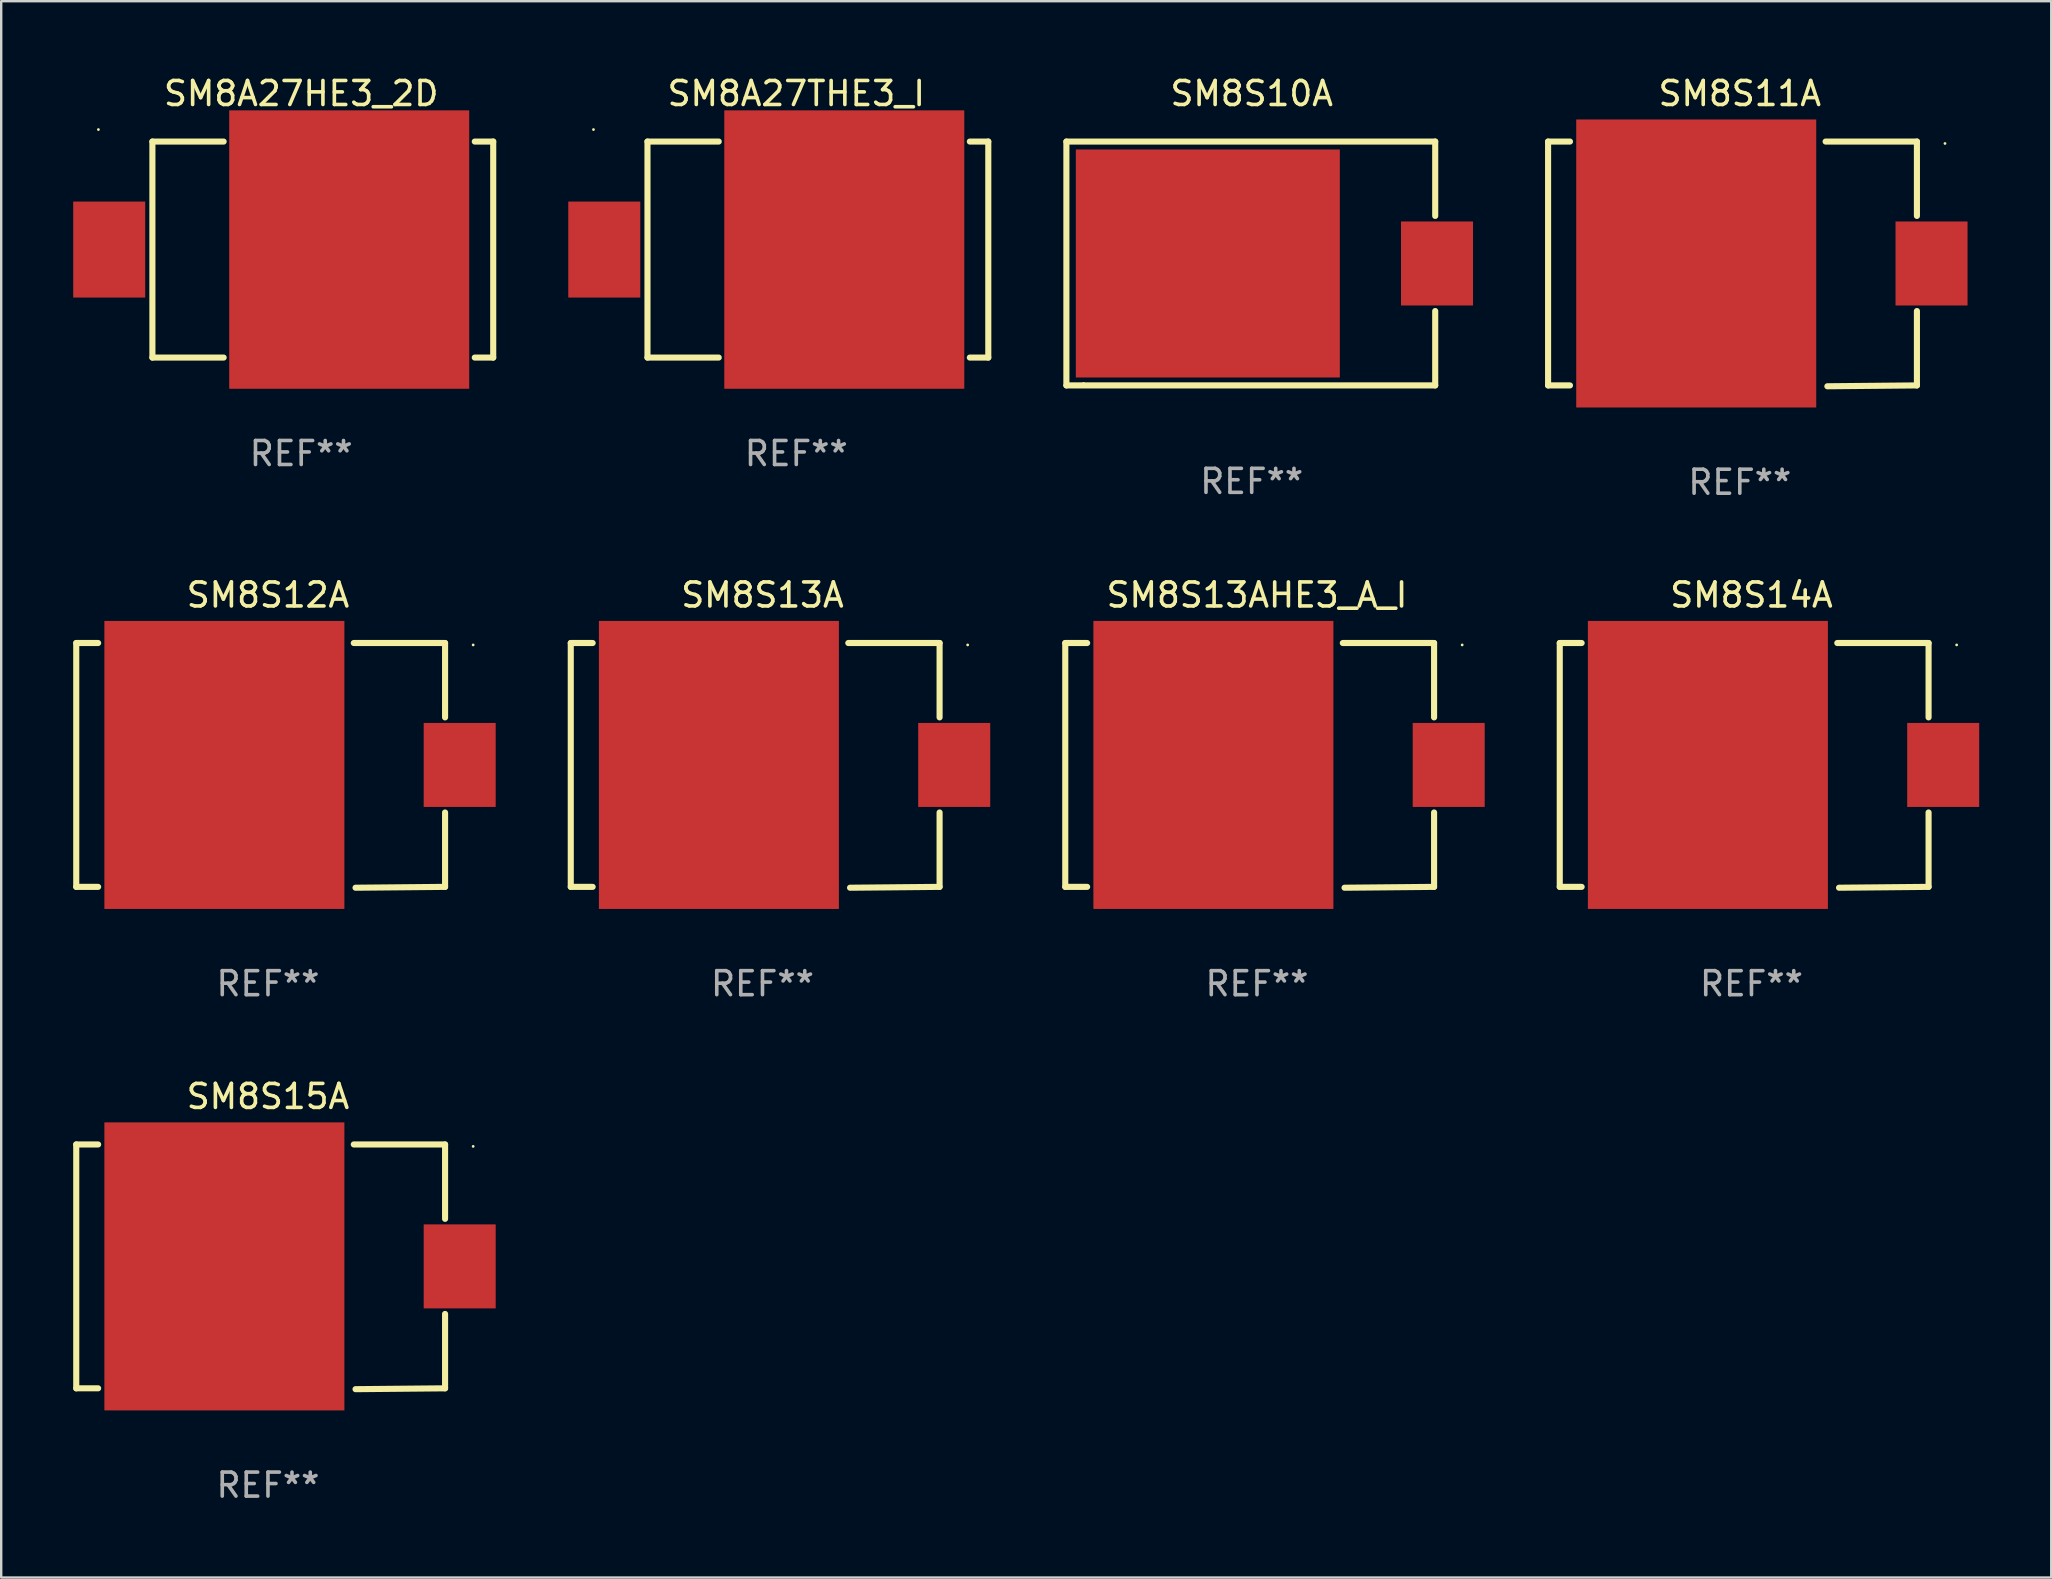
<source format=kicad_pcb>
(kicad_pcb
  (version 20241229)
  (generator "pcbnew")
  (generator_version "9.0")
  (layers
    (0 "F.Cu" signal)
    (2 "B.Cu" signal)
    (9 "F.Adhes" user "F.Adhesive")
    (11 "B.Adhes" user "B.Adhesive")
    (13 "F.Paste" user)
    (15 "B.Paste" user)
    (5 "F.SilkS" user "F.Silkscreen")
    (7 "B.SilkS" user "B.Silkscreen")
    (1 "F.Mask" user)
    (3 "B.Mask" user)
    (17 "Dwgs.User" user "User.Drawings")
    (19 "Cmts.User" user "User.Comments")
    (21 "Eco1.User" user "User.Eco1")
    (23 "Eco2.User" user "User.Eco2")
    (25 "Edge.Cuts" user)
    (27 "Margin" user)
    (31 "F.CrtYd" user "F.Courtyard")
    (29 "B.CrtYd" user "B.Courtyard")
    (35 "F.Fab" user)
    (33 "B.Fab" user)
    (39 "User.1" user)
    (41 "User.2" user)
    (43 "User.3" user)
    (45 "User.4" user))
  (footprint "SM8S10A"
    (layer "F.Cu")
    (at 49.102 7.928)
    (property "Reference" "SM8S10A" (at 0 -7.08 0) (layer "F.SilkS") (effects (font (size 1 1) (thickness 0.15))))
    (attr through_hole)
    (fp_line (start -7.721 -5.08) (end 7.646 -5.08) (stroke (width 0.254) (type solid)) (layer "F.SilkS"))
    (fp_line (start -7.721 5.08) (end -7.721 -5.08) (stroke (width 0.254) (type solid)) (layer "F.SilkS"))
    (fp_line (start 7.646 -5.08) (end 7.646 -1.981) (stroke (width 0.254) (type solid)) (layer "F.SilkS"))
    (fp_line (start 7.646 1.981) (end 7.646 5.08) (stroke (width 0.254) (type solid)) (layer "F.SilkS"))
    (fp_line (start 7.646 5.08) (end -7.721 5.08) (stroke (width 0.254) (type solid)) (layer "F.SilkS"))
    (fp_circle (center -7.003 5) (end -6.973 5) (stroke (width 0.06) (type solid)) (fill no) (layer "F.SilkS"))
    (fp_text user "REF**" (at 0 9.08 0) (layer "F.Fab") (effects (font (size 1 1) (thickness 0.15))))
    (pad "1" smd rect (at -1.828 0) (size 11 9.5) (layers "F.Cu" "F.Mask" "F.Paste"))
    (pad "2" smd rect (at 7.721 0 90) (size 3.5 3) (layers "F.Cu" "F.Mask" "F.Paste")))
  (footprint "SM8S15A"
    (layer "F.Cu")
    (at 8.115 49.732)
    (property "Reference" "SM8S15A" (at 0 -7.098 0) (layer "F.SilkS") (effects (font (size 1 1) (thickness 0.15))))
    (attr through_hole)
    (fp_line (start -7.988 -5.098) (end -7.076 -5.098) (stroke (width 0.254) (type solid)) (layer "F.SilkS"))
    (fp_line (start -7.988 5.062) (end -7.988 -5.098) (stroke (width 0.254) (type solid)) (layer "F.SilkS"))
    (fp_line (start -7.076 5.062) (end -7.988 5.062) (stroke (width 0.254) (type solid)) (layer "F.SilkS"))
    (fp_line (start 3.575 -5.098) (end 7.379 -5.098) (stroke (width 0.254) (type solid)) (layer "F.SilkS"))
    (fp_line (start 7.379 -5.098) (end 7.379 -1.999) (stroke (width 0.254) (type solid)) (layer "F.SilkS"))
    (fp_line (start 7.379 1.963) (end 7.379 5.062) (stroke (width 0.254) (type solid)) (layer "F.SilkS"))
    (fp_line (start 7.379 5.062) (end 3.648 5.098) (stroke (width 0.254) (type solid)) (layer "F.SilkS"))
    (fp_circle (center 8.549 -5.018) (end 8.579 -5.018) (stroke (width 0.06) (type solid)) (fill no) (layer "F.SilkS"))
    (fp_text user "REF**" (at 0 9.098 0) (layer "F.Fab") (effects (font (size 1 1) (thickness 0.15))))
    (pad "1" smd rect (at 7.988 -0.018 90) (size 3.5 3) (layers "F.Cu" "F.Mask" "F.Paste"))
    (pad "2" smd rect (at -1.816 -0.018 90) (size 12 10) (layers "F.Cu" "F.Mask" "F.Paste")))
  (footprint "SM8A27THE3_I"
    (layer "F.Cu")
    (at 30.127 7.348)
    (property "Reference" "SM8A27THE3_I" (at 0 -6.5 0) (layer "F.SilkS") (effects (font (size 1 1) (thickness 0.15))))
    (attr through_hole)
    (fp_line (start -6.2 -4.5) (end -6.2 4.5) (stroke (width 0.254) (type solid)) (layer "F.SilkS"))
    (fp_line (start -6.2 -4.5) (end -3.231 -4.5) (stroke (width 0.254) (type solid)) (layer "F.SilkS"))
    (fp_line (start -6.2 4.5) (end -3.231 4.5) (stroke (width 0.254) (type solid)) (layer "F.SilkS"))
    (fp_line (start 7.231 -4.5) (end 8 -4.5) (stroke (width 0.254) (type solid)) (layer "F.SilkS"))
    (fp_line (start 7.231 4.5) (end 8 4.5) (stroke (width 0.254) (type solid)) (layer "F.SilkS"))
    (fp_line (start 8 -4.5) (end 8 4.5) (stroke (width 0.254) (type solid)) (layer "F.SilkS"))
    (fp_circle (center -8.45 -5) (end -8.42 -5) (stroke (width 0.06) (type solid)) (fill no) (layer "F.SilkS"))
    (fp_text user "REF**" (at 0 8.5 0) (layer "F.Fab") (effects (font (size 1 1) (thickness 0.15))))
    (pad "1" smd rect (at -8 -0.000076 180) (size 3 4) (layers "F.Cu" "F.Mask" "F.Paste"))
    (pad "2" smd rect (at 2 -0.000076 180) (size 10 11.6) (layers "F.Cu" "F.Mask" "F.Paste")))
  (footprint "SM8A27HE3_2D"
    (layer "F.Cu")
    (at 9.5 7.348)
    (property "Reference" "SM8A27HE3_2D" (at 0 -6.5 0) (layer "F.SilkS") (effects (font (size 1 1) (thickness 0.15))))
    (attr through_hole)
    (fp_line (start -6.2 -4.5) (end -6.2 4.5) (stroke (width 0.254) (type solid)) (layer "F.SilkS"))
    (fp_line (start -6.2 -4.5) (end -3.231 -4.5) (stroke (width 0.254) (type solid)) (layer "F.SilkS"))
    (fp_line (start -6.2 4.5) (end -3.231 4.5) (stroke (width 0.254) (type solid)) (layer "F.SilkS"))
    (fp_line (start 7.231 -4.5) (end 8 -4.5) (stroke (width 0.254) (type solid)) (layer "F.SilkS"))
    (fp_line (start 7.231 4.5) (end 8 4.5) (stroke (width 0.254) (type solid)) (layer "F.SilkS"))
    (fp_line (start 8 -4.5) (end 8 4.5) (stroke (width 0.254) (type solid)) (layer "F.SilkS"))
    (fp_circle (center -8.45 -5) (end -8.42 -5) (stroke (width 0.06) (type solid)) (fill no) (layer "F.SilkS"))
    (fp_text user "REF**" (at 0 8.5 0) (layer "F.Fab") (effects (font (size 1 1) (thickness 0.15))))
    (pad "1" smd rect (at -8 -0.000076 180) (size 3 4) (layers "F.Cu" "F.Mask" "F.Paste"))
    (pad "2" smd rect (at 2 -0.000076 180) (size 10 11.6) (layers "F.Cu" "F.Mask" "F.Paste")))
  (footprint "SM8S12A"
    (layer "F.Cu")
    (at 8.115 28.839)
    (property "Reference" "SM8S12A" (at 0 -7.098 0) (layer "F.SilkS") (effects (font (size 1 1) (thickness 0.15))))
    (attr through_hole)
    (fp_line (start -7.988 -5.098) (end -7.076 -5.098) (stroke (width 0.254) (type solid)) (layer "F.SilkS"))
    (fp_line (start -7.988 5.062) (end -7.988 -5.098) (stroke (width 0.254) (type solid)) (layer "F.SilkS"))
    (fp_line (start -7.076 5.062) (end -7.988 5.062) (stroke (width 0.254) (type solid)) (layer "F.SilkS"))
    (fp_line (start 3.575 -5.098) (end 7.379 -5.098) (stroke (width 0.254) (type solid)) (layer "F.SilkS"))
    (fp_line (start 7.379 -5.098) (end 7.379 -1.999) (stroke (width 0.254) (type solid)) (layer "F.SilkS"))
    (fp_line (start 7.379 1.963) (end 7.379 5.062) (stroke (width 0.254) (type solid)) (layer "F.SilkS"))
    (fp_line (start 7.379 5.062) (end 3.648 5.098) (stroke (width 0.254) (type solid)) (layer "F.SilkS"))
    (fp_circle (center 8.549 -5.018) (end 8.579 -5.018) (stroke (width 0.06) (type solid)) (fill no) (layer "F.SilkS"))
    (fp_text user "REF**" (at 0 9.098 0) (layer "F.Fab") (effects (font (size 1 1) (thickness 0.15))))
    (pad "1" smd rect (at 7.988 -0.018 90) (size 3.5 3) (layers "F.Cu" "F.Mask" "F.Paste"))
    (pad "2" smd rect (at -1.816 -0.018 90) (size 12 10) (layers "F.Cu" "F.Mask" "F.Paste")))
  (footprint "SM8S14A"
    (layer "F.Cu")
    (at 69.925 28.839)
    (property "Reference" "SM8S14A" (at 0 -7.098 0) (layer "F.SilkS") (effects (font (size 1 1) (thickness 0.15))))
    (attr through_hole)
    (fp_line (start -7.988 -5.098) (end -7.076 -5.098) (stroke (width 0.254) (type solid)) (layer "F.SilkS"))
    (fp_line (start -7.988 5.062) (end -7.988 -5.098) (stroke (width 0.254) (type solid)) (layer "F.SilkS"))
    (fp_line (start -7.076 5.062) (end -7.988 5.062) (stroke (width 0.254) (type solid)) (layer "F.SilkS"))
    (fp_line (start 3.575 -5.098) (end 7.379 -5.098) (stroke (width 0.254) (type solid)) (layer "F.SilkS"))
    (fp_line (start 7.379 -5.098) (end 7.379 -1.999) (stroke (width 0.254) (type solid)) (layer "F.SilkS"))
    (fp_line (start 7.379 1.963) (end 7.379 5.062) (stroke (width 0.254) (type solid)) (layer "F.SilkS"))
    (fp_line (start 7.379 5.062) (end 3.648 5.098) (stroke (width 0.254) (type solid)) (layer "F.SilkS"))
    (fp_circle (center 8.549 -5.018) (end 8.579 -5.018) (stroke (width 0.06) (type solid)) (fill no) (layer "F.SilkS"))
    (fp_text user "REF**" (at 0 9.098 0) (layer "F.Fab") (effects (font (size 1 1) (thickness 0.15))))
    (pad "1" smd rect (at 7.988 -0.018 90) (size 3.5 3) (layers "F.Cu" "F.Mask" "F.Paste"))
    (pad "2" smd rect (at -1.816 -0.018 90) (size 12 10) (layers "F.Cu" "F.Mask" "F.Paste")))
  (footprint "SM8S13A"
    (layer "F.Cu")
    (at 28.719 28.839)
    (property "Reference" "SM8S13A" (at 0 -7.098 0) (layer "F.SilkS") (effects (font (size 1 1) (thickness 0.15))))
    (attr through_hole)
    (fp_line (start -7.988 -5.098) (end -7.076 -5.098) (stroke (width 0.254) (type solid)) (layer "F.SilkS"))
    (fp_line (start -7.988 5.062) (end -7.988 -5.098) (stroke (width 0.254) (type solid)) (layer "F.SilkS"))
    (fp_line (start -7.076 5.062) (end -7.988 5.062) (stroke (width 0.254) (type solid)) (layer "F.SilkS"))
    (fp_line (start 3.575 -5.098) (end 7.379 -5.098) (stroke (width 0.254) (type solid)) (layer "F.SilkS"))
    (fp_line (start 7.379 -5.098) (end 7.379 -1.999) (stroke (width 0.254) (type solid)) (layer "F.SilkS"))
    (fp_line (start 7.379 1.963) (end 7.379 5.062) (stroke (width 0.254) (type solid)) (layer "F.SilkS"))
    (fp_line (start 7.379 5.062) (end 3.648 5.098) (stroke (width 0.254) (type solid)) (layer "F.SilkS"))
    (fp_circle (center 8.549 -5.018) (end 8.579 -5.018) (stroke (width 0.06) (type solid)) (fill no) (layer "F.SilkS"))
    (fp_text user "REF**" (at 0 9.098 0) (layer "F.Fab") (effects (font (size 1 1) (thickness 0.15))))
    (pad "1" smd rect (at 7.988 -0.018 90) (size 3.5 3) (layers "F.Cu" "F.Mask" "F.Paste"))
    (pad "2" smd rect (at -1.816 -0.018 90) (size 12 10) (layers "F.Cu" "F.Mask" "F.Paste")))
  (footprint "SM8S11A"
    (layer "F.Cu")
    (at 69.439 7.946)
    (property "Reference" "SM8S11A" (at 0 -7.098 0) (layer "F.SilkS") (effects (font (size 1 1) (thickness 0.15))))
    (attr through_hole)
    (fp_line (start -7.988 -5.098) (end -7.076 -5.098) (stroke (width 0.254) (type solid)) (layer "F.SilkS"))
    (fp_line (start -7.988 5.062) (end -7.988 -5.098) (stroke (width 0.254) (type solid)) (layer "F.SilkS"))
    (fp_line (start -7.076 5.062) (end -7.988 5.062) (stroke (width 0.254) (type solid)) (layer "F.SilkS"))
    (fp_line (start 3.575 -5.098) (end 7.379 -5.098) (stroke (width 0.254) (type solid)) (layer "F.SilkS"))
    (fp_line (start 7.379 -5.098) (end 7.379 -1.999) (stroke (width 0.254) (type solid)) (layer "F.SilkS"))
    (fp_line (start 7.379 1.963) (end 7.379 5.062) (stroke (width 0.254) (type solid)) (layer "F.SilkS"))
    (fp_line (start 7.379 5.062) (end 3.648 5.098) (stroke (width 0.254) (type solid)) (layer "F.SilkS"))
    (fp_circle (center 8.549 -5.018) (end 8.579 -5.018) (stroke (width 0.06) (type solid)) (fill no) (layer "F.SilkS"))
    (fp_text user "REF**" (at 0 9.098 0) (layer "F.Fab") (effects (font (size 1 1) (thickness 0.15))))
    (pad "1" smd rect (at 7.988 -0.018 90) (size 3.5 3) (layers "F.Cu" "F.Mask" "F.Paste"))
    (pad "2" smd rect (at -1.816 -0.018 90) (size 12 10) (layers "F.Cu" "F.Mask" "F.Paste")))
  (footprint "SM8S13AHE3_A_I"
    (layer "F.Cu")
    (at 49.322 28.839)
    (property "Reference" "SM8S13AHE3_A_I" (at 0 -7.098 0) (layer "F.SilkS") (effects (font (size 1 1) (thickness 0.15))))
    (attr through_hole)
    (fp_line (start -7.988 -5.098) (end -7.076 -5.098) (stroke (width 0.254) (type solid)) (layer "F.SilkS"))
    (fp_line (start -7.988 5.062) (end -7.988 -5.098) (stroke (width 0.254) (type solid)) (layer "F.SilkS"))
    (fp_line (start -7.076 5.062) (end -7.988 5.062) (stroke (width 0.254) (type solid)) (layer "F.SilkS"))
    (fp_line (start 3.575 -5.098) (end 7.379 -5.098) (stroke (width 0.254) (type solid)) (layer "F.SilkS"))
    (fp_line (start 7.379 -5.098) (end 7.379 -1.999) (stroke (width 0.254) (type solid)) (layer "F.SilkS"))
    (fp_line (start 7.379 1.963) (end 7.379 5.062) (stroke (width 0.254) (type solid)) (layer "F.SilkS"))
    (fp_line (start 7.379 5.062) (end 3.648 5.098) (stroke (width 0.254) (type solid)) (layer "F.SilkS"))
    (fp_circle (center 8.549 -5.018) (end 8.579 -5.018) (stroke (width 0.06) (type solid)) (fill no) (layer "F.SilkS"))
    (fp_text user "REF**" (at 0 9.098 0) (layer "F.Fab") (effects (font (size 1 1) (thickness 0.15))))
    (pad "1" smd rect (at 7.988 -0.018 90) (size 3.5 3) (layers "F.Cu" "F.Mask" "F.Paste"))
    (pad "2" smd rect (at -1.816 -0.018 90) (size 12 10) (layers "F.Cu" "F.Mask" "F.Paste")))
  (gr_rect
    (start -3 -3)
    (end 82.414 62.678)
    (stroke (width 0.1) (type default))
    (fill no)
    (layer "Edge.Cuts")))
</source>
